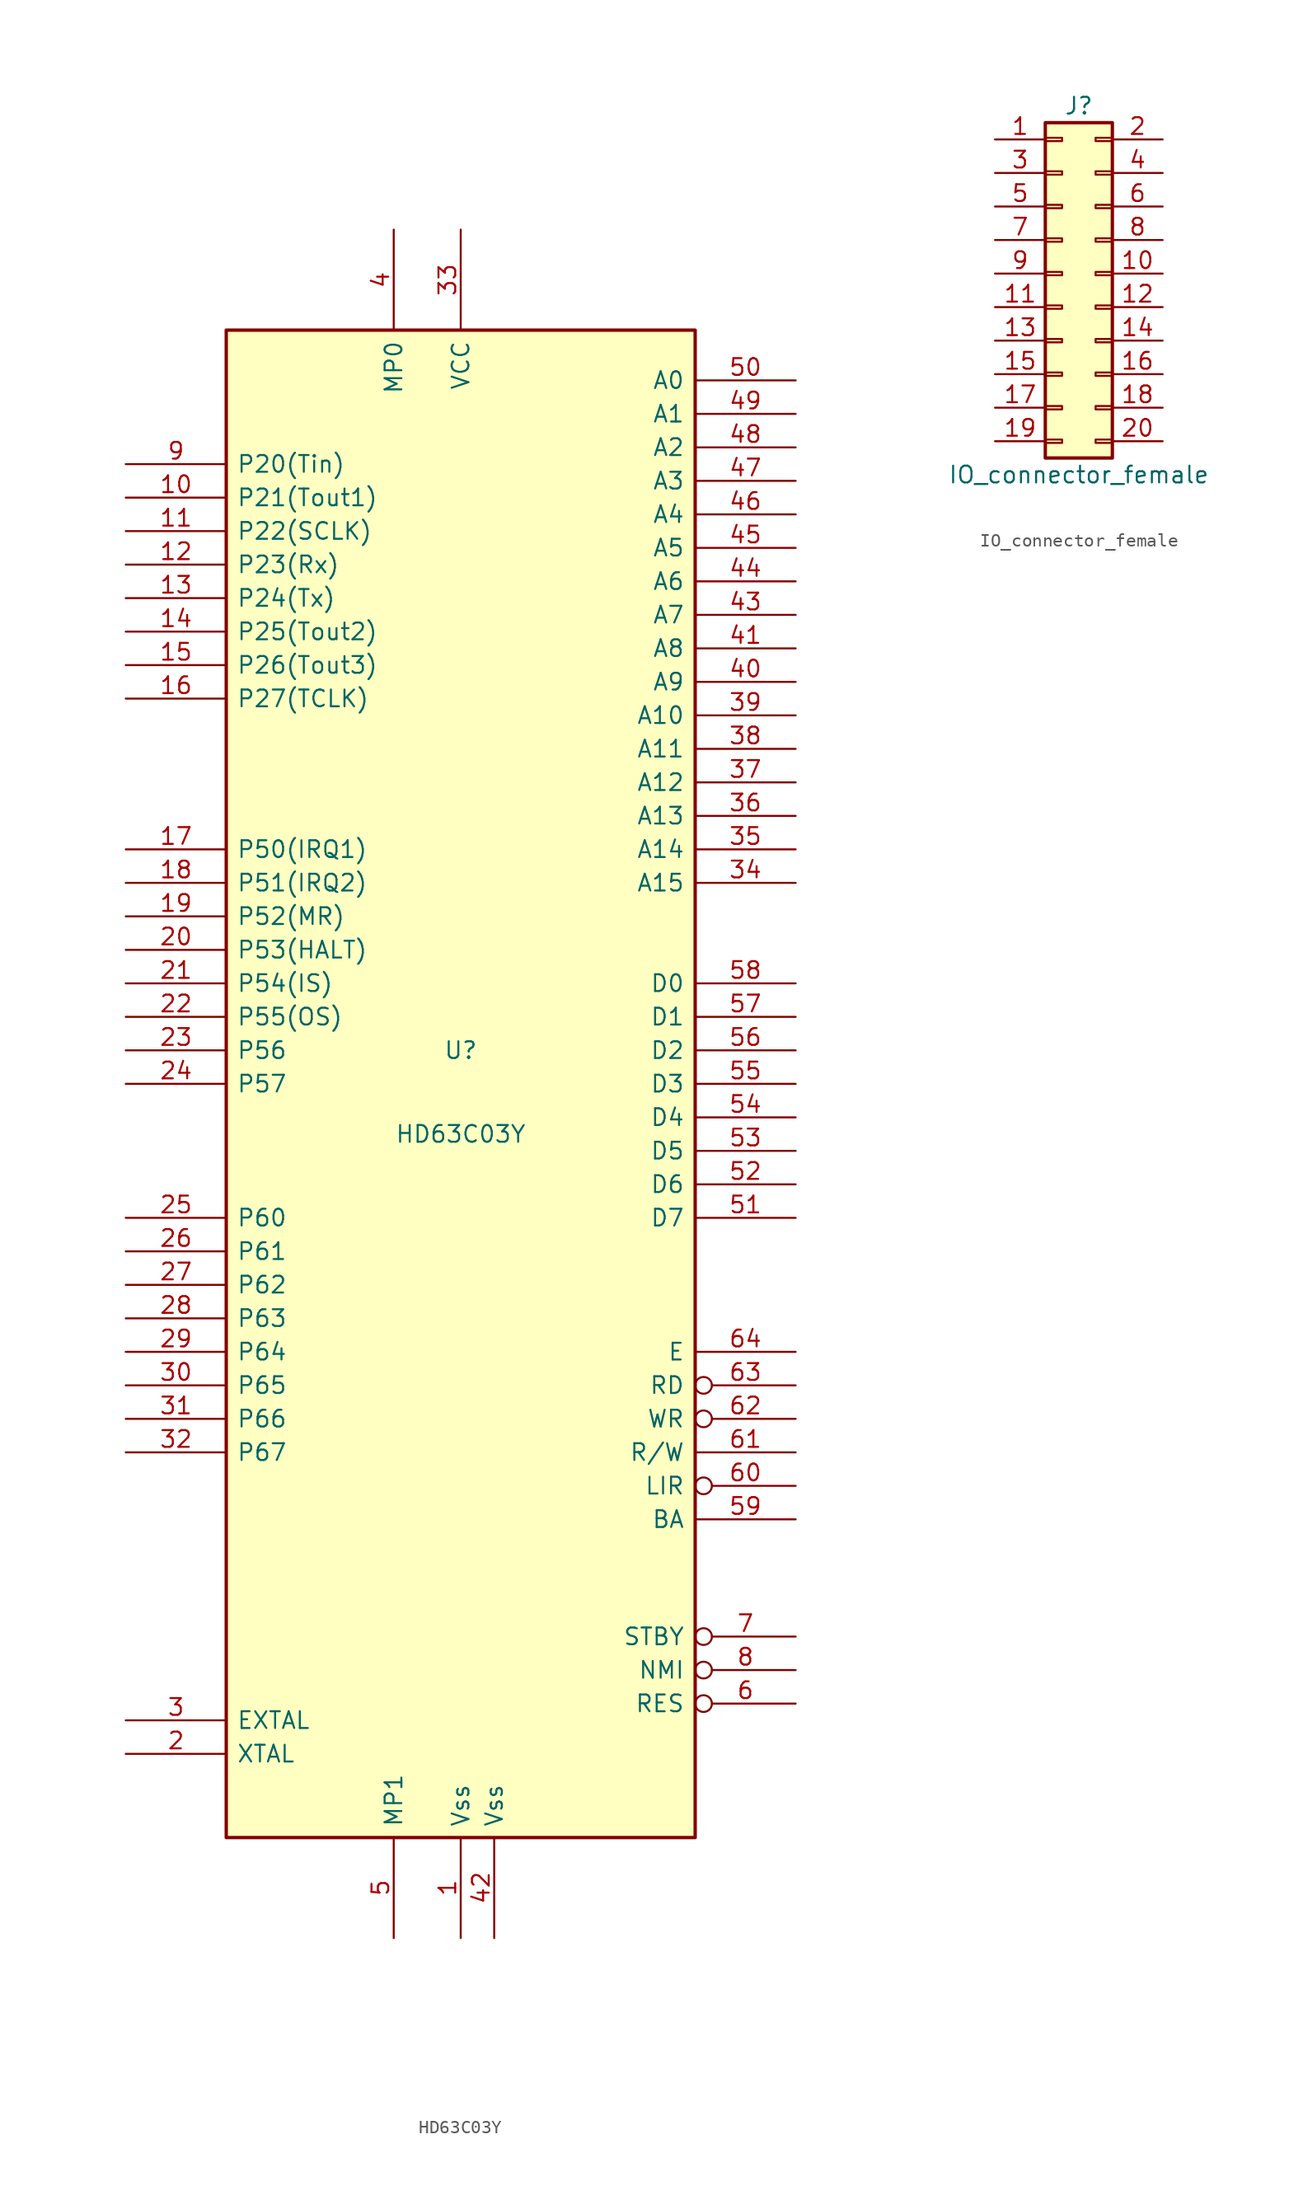
<source format=kicad_sym>
(kicad_symbol_lib
  (version 20211014)
  (generator kicad_symbol_editor)
  (symbol "HD63C03Y"
    (pin_names
      (offset 0.762))
    (property "Reference" "U"
      (at 0 2.54 0)
      (effects (font (size 1.27 1.27))))
    (property "Value" "HD63C03Y"
      (at 0 -3.81 0)
      (effects (font (size 1.27 1.27))))
    (symbol "HD63C03Y_0_1"
      (rectangle (start -17.78 57.15) (end 17.78 -57.15) (stroke (width 0.254) (type default) (color 0 0 0 0)) (fill (type background))))
    (symbol "HD63C03Y_1_1"
      (pin power_in line (at 0 -64.77 90) (length 7.62) (name "Vss" (effects (font (size 1.27 1.27)))) (number "1" (effects (font (size 1.27 1.27)))))
      (pin bidirectional line (at -25.4 44.45 0) (length 7.62) (name "P21(Tout1)" (effects (font (size 1.27 1.27)))) (number "10" (effects (font (size 1.27 1.27)))))
      (pin bidirectional line (at -25.4 41.91 0) (length 7.62) (name "P22(SCLK)" (effects (font (size 1.27 1.27)))) (number "11" (effects (font (size 1.27 1.27)))))
      (pin bidirectional line (at -25.4 39.37 0) (length 7.62) (name "P23(Rx)" (effects (font (size 1.27 1.27)))) (number "12" (effects (font (size 1.27 1.27)))))
      (pin bidirectional line (at -25.4 36.83 0) (length 7.62) (name "P24(Tx)" (effects (font (size 1.27 1.27)))) (number "13" (effects (font (size 1.27 1.27)))))
      (pin bidirectional line (at -25.4 34.29 0) (length 7.62) (name "P25(Tout2)" (effects (font (size 1.27 1.27)))) (number "14" (effects (font (size 1.27 1.27)))))
      (pin bidirectional line (at -25.4 31.75 0) (length 7.62) (name "P26(Tout3)" (effects (font (size 1.27 1.27)))) (number "15" (effects (font (size 1.27 1.27)))))
      (pin bidirectional line (at -25.4 29.21 0) (length 7.62) (name "P27(TCLK)" (effects (font (size 1.27 1.27)))) (number "16" (effects (font (size 1.27 1.27)))))
      (pin bidirectional line (at -25.4 17.78 0) (length 7.62) (name "P50(IRQ1)" (effects (font (size 1.27 1.27)))) (number "17" (effects (font (size 1.27 1.27)))))
      (pin bidirectional line (at -25.4 15.24 0) (length 7.62) (name "P51(IRQ2)" (effects (font (size 1.27 1.27)))) (number "18" (effects (font (size 1.27 1.27)))))
      (pin bidirectional line (at -25.4 12.7 0) (length 7.62) (name "P52(MR)" (effects (font (size 1.27 1.27)))) (number "19" (effects (font (size 1.27 1.27)))))
      (pin bidirectional line (at -25.4 -50.8 0) (length 7.62) (name "XTAL" (effects (font (size 1.27 1.27)))) (number "2" (effects (font (size 1.27 1.27)))))
      (pin bidirectional line (at -25.4 10.16 0) (length 7.62) (name "P53(HALT)" (effects (font (size 1.27 1.27)))) (number "20" (effects (font (size 1.27 1.27)))))
      (pin bidirectional line (at -25.4 7.62 0) (length 7.62) (name "P54(IS)" (effects (font (size 1.27 1.27)))) (number "21" (effects (font (size 1.27 1.27)))))
      (pin bidirectional line (at -25.4 5.08 0) (length 7.62) (name "P55(OS)" (effects (font (size 1.27 1.27)))) (number "22" (effects (font (size 1.27 1.27)))))
      (pin bidirectional line (at -25.4 2.54 0) (length 7.62) (name "P56" (effects (font (size 1.27 1.27)))) (number "23" (effects (font (size 1.27 1.27)))))
      (pin bidirectional line (at -25.4 0 0) (length 7.62) (name "P57" (effects (font (size 1.27 1.27)))) (number "24" (effects (font (size 1.27 1.27)))))
      (pin bidirectional line (at -25.4 -10.16 0) (length 7.62) (name "P60" (effects (font (size 1.27 1.27)))) (number "25" (effects (font (size 1.27 1.27)))))
      (pin bidirectional line (at -25.4 -12.7 0) (length 7.62) (name "P61" (effects (font (size 1.27 1.27)))) (number "26" (effects (font (size 1.27 1.27)))))
      (pin bidirectional line (at -25.4 -15.24 0) (length 7.62) (name "P62" (effects (font (size 1.27 1.27)))) (number "27" (effects (font (size 1.27 1.27)))))
      (pin bidirectional line (at -25.4 -17.78 0) (length 7.62) (name "P63" (effects (font (size 1.27 1.27)))) (number "28" (effects (font (size 1.27 1.27)))))
      (pin bidirectional line (at -25.4 -20.32 0) (length 7.62) (name "P64" (effects (font (size 1.27 1.27)))) (number "29" (effects (font (size 1.27 1.27)))))
      (pin bidirectional line (at -25.4 -48.26 0) (length 7.62) (name "EXTAL" (effects (font (size 1.27 1.27)))) (number "3" (effects (font (size 1.27 1.27)))))
      (pin bidirectional line (at -25.4 -22.86 0) (length 7.62) (name "P65" (effects (font (size 1.27 1.27)))) (number "30" (effects (font (size 1.27 1.27)))))
      (pin bidirectional line (at -25.4 -25.4 0) (length 7.62) (name "P66" (effects (font (size 1.27 1.27)))) (number "31" (effects (font (size 1.27 1.27)))))
      (pin bidirectional line (at -25.4 -27.94 0) (length 7.62) (name "P67" (effects (font (size 1.27 1.27)))) (number "32" (effects (font (size 1.27 1.27)))))
      (pin power_in line (at 0 64.77 270) (length 7.62) (name "VCC" (effects (font (size 1.27 1.27)))) (number "33" (effects (font (size 1.27 1.27)))))
      (pin output line (at 25.4 15.24 180) (length 7.62) (name "A15" (effects (font (size 1.27 1.27)))) (number "34" (effects (font (size 1.27 1.27)))))
      (pin output line (at 25.4 17.78 180) (length 7.62) (name "A14" (effects (font (size 1.27 1.27)))) (number "35" (effects (font (size 1.27 1.27)))))
      (pin output line (at 25.4 20.32 180) (length 7.62) (name "A13" (effects (font (size 1.27 1.27)))) (number "36" (effects (font (size 1.27 1.27)))))
      (pin output line (at 25.4 22.86 180) (length 7.62) (name "A12" (effects (font (size 1.27 1.27)))) (number "37" (effects (font (size 1.27 1.27)))))
      (pin output line (at 25.4 25.4 180) (length 7.62) (name "A11" (effects (font (size 1.27 1.27)))) (number "38" (effects (font (size 1.27 1.27)))))
      (pin output line (at 25.4 27.94 180) (length 7.62) (name "A10" (effects (font (size 1.27 1.27)))) (number "39" (effects (font (size 1.27 1.27)))))
      (pin input line (at -5.08 64.77 270) (length 7.62) (name "MP0" (effects (font (size 1.27 1.27)))) (number "4" (effects (font (size 1.27 1.27)))))
      (pin output line (at 25.4 30.48 180) (length 7.62) (name "A9" (effects (font (size 1.27 1.27)))) (number "40" (effects (font (size 1.27 1.27)))))
      (pin output line (at 25.4 33.02 180) (length 7.62) (name "A8" (effects (font (size 1.27 1.27)))) (number "41" (effects (font (size 1.27 1.27)))))
      (pin power_in line (at 2.54 -64.77 90) (length 7.62) (name "Vss" (effects (font (size 1.27 1.27)))) (number "42" (effects (font (size 1.27 1.27)))))
      (pin output line (at 25.4 35.56 180) (length 7.62) (name "A7" (effects (font (size 1.27 1.27)))) (number "43" (effects (font (size 1.27 1.27)))))
      (pin output line (at 25.4 38.1 180) (length 7.62) (name "A6" (effects (font (size 1.27 1.27)))) (number "44" (effects (font (size 1.27 1.27)))))
      (pin output line (at 25.4 40.64 180) (length 7.62) (name "A5" (effects (font (size 1.27 1.27)))) (number "45" (effects (font (size 1.27 1.27)))))
      (pin output line (at 25.4 43.18 180) (length 7.62) (name "A4" (effects (font (size 1.27 1.27)))) (number "46" (effects (font (size 1.27 1.27)))))
      (pin output line (at 25.4 45.72 180) (length 7.62) (name "A3" (effects (font (size 1.27 1.27)))) (number "47" (effects (font (size 1.27 1.27)))))
      (pin output line (at 25.4 48.26 180) (length 7.62) (name "A2" (effects (font (size 1.27 1.27)))) (number "48" (effects (font (size 1.27 1.27)))))
      (pin output line (at 25.4 50.8 180) (length 7.62) (name "A1" (effects (font (size 1.27 1.27)))) (number "49" (effects (font (size 1.27 1.27)))))
      (pin input line (at -5.08 -64.77 90) (length 7.62) (name "MP1" (effects (font (size 1.27 1.27)))) (number "5" (effects (font (size 1.27 1.27)))))
      (pin output line (at 25.4 53.34 180) (length 7.62) (name "A0" (effects (font (size 1.27 1.27)))) (number "50" (effects (font (size 1.27 1.27)))))
      (pin bidirectional line (at 25.4 -10.16 180) (length 7.62) (name "D7" (effects (font (size 1.27 1.27)))) (number "51" (effects (font (size 1.27 1.27)))))
      (pin bidirectional line (at 25.4 -7.62 180) (length 7.62) (name "D6" (effects (font (size 1.27 1.27)))) (number "52" (effects (font (size 1.27 1.27)))))
      (pin bidirectional line (at 25.4 -5.08 180) (length 7.62) (name "D5" (effects (font (size 1.27 1.27)))) (number "53" (effects (font (size 1.27 1.27)))))
      (pin bidirectional line (at 25.4 -2.54 180) (length 7.62) (name "D4" (effects (font (size 1.27 1.27)))) (number "54" (effects (font (size 1.27 1.27)))))
      (pin bidirectional line (at 25.4 0 180) (length 7.62) (name "D3" (effects (font (size 1.27 1.27)))) (number "55" (effects (font (size 1.27 1.27)))))
      (pin bidirectional line (at 25.4 2.54 180) (length 7.62) (name "D2" (effects (font (size 1.27 1.27)))) (number "56" (effects (font (size 1.27 1.27)))))
      (pin bidirectional line (at 25.4 5.08 180) (length 7.62) (name "D1" (effects (font (size 1.27 1.27)))) (number "57" (effects (font (size 1.27 1.27)))))
      (pin bidirectional line (at 25.4 7.62 180) (length 7.62) (name "D0" (effects (font (size 1.27 1.27)))) (number "58" (effects (font (size 1.27 1.27)))))
      (pin output line (at 25.4 -33.02 180) (length 7.62) (name "BA" (effects (font (size 1.27 1.27)))) (number "59" (effects (font (size 1.27 1.27)))))
      (pin input inverted (at 25.4 -46.99 180) (length 7.62) (name "RES" (effects (font (size 1.27 1.27)))) (number "6" (effects (font (size 1.27 1.27)))))
      (pin output inverted (at 25.4 -30.48 180) (length 7.62) (name "LIR" (effects (font (size 1.27 1.27)))) (number "60" (effects (font (size 1.27 1.27)))))
      (pin output line (at 25.4 -27.94 180) (length 7.62) (name "R/W" (effects (font (size 1.27 1.27)))) (number "61" (effects (font (size 1.27 1.27)))))
      (pin output inverted (at 25.4 -25.4 180) (length 7.62) (name "WR" (effects (font (size 1.27 1.27)))) (number "62" (effects (font (size 1.27 1.27)))))
      (pin output inverted (at 25.4 -22.86 180) (length 7.62) (name "RD" (effects (font (size 1.27 1.27)))) (number "63" (effects (font (size 1.27 1.27)))))
      (pin output line (at 25.4 -20.32 180) (length 7.62) (name "E" (effects (font (size 1.27 1.27)))) (number "64" (effects (font (size 1.27 1.27)))))
      (pin input inverted (at 25.4 -41.91 180) (length 7.62) (name "STBY" (effects (font (size 1.27 1.27)))) (number "7" (effects (font (size 1.27 1.27)))))
      (pin input inverted (at 25.4 -44.45 180) (length 7.62) (name "NMI" (effects (font (size 1.27 1.27)))) (number "8" (effects (font (size 1.27 1.27)))))
      (pin bidirectional line (at -25.4 46.99 0) (length 7.62) (name "P20(Tin)" (effects (font (size 1.27 1.27)))) (number "9" (effects (font (size 1.27 1.27)))))))
  (symbol "IO_connector_female"
    (pin_names
      (offset 1.016) hide)
    (property "Reference" "J"
      (at 1.27 12.7 0)
      (effects (font (size 1.27 1.27))))
    (property "Value" "IO_connector_female"
      (at 1.27 -15.24 0)
      (effects (font (size 1.27 1.27))))
    (symbol "IO_connector_female_1_1"
      (rectangle (start -1.27 -12.573) (end 0 -12.827) (stroke (width 0.152) (type default) (color 0 0 0 0)) (fill (type none)))
      (rectangle (start -1.27 -10.033) (end 0 -10.287) (stroke (width 0.152) (type default) (color 0 0 0 0)) (fill (type none)))
      (rectangle (start -1.27 -7.493) (end 0 -7.747) (stroke (width 0.152) (type default) (color 0 0 0 0)) (fill (type none)))
      (rectangle (start -1.27 -4.953) (end 0 -5.207) (stroke (width 0.152) (type default) (color 0 0 0 0)) (fill (type none)))
      (rectangle (start -1.27 -2.413) (end 0 -2.667) (stroke (width 0.152) (type default) (color 0 0 0 0)) (fill (type none)))
      (rectangle (start -1.27 0.127) (end 0 -0.127) (stroke (width 0.152) (type default) (color 0 0 0 0)) (fill (type none)))
      (rectangle (start -1.27 2.667) (end 0 2.413) (stroke (width 0.152) (type default) (color 0 0 0 0)) (fill (type none)))
      (rectangle (start -1.27 5.207) (end 0 4.953) (stroke (width 0.152) (type default) (color 0 0 0 0)) (fill (type none)))
      (rectangle (start -1.27 7.747) (end 0 7.493) (stroke (width 0.152) (type default) (color 0 0 0 0)) (fill (type none)))
      (rectangle (start -1.27 10.287) (end 0 10.033) (stroke (width 0.152) (type default) (color 0 0 0 0)) (fill (type none)))
      (rectangle (start -1.27 11.43) (end 3.81 -13.97) (stroke (width 0.254) (type default) (color 0 0 0 0)) (fill (type background)))
      (rectangle (start 3.81 -12.573) (end 2.54 -12.827) (stroke (width 0.152) (type default) (color 0 0 0 0)) (fill (type none)))
      (rectangle (start 3.81 -10.033) (end 2.54 -10.287) (stroke (width 0.152) (type default) (color 0 0 0 0)) (fill (type none)))
      (rectangle (start 3.81 -7.493) (end 2.54 -7.747) (stroke (width 0.152) (type default) (color 0 0 0 0)) (fill (type none)))
      (rectangle (start 3.81 -4.953) (end 2.54 -5.207) (stroke (width 0.152) (type default) (color 0 0 0 0)) (fill (type none)))
      (rectangle (start 3.81 -2.413) (end 2.54 -2.667) (stroke (width 0.152) (type default) (color 0 0 0 0)) (fill (type none)))
      (rectangle (start 3.81 0.127) (end 2.54 -0.127) (stroke (width 0.152) (type default) (color 0 0 0 0)) (fill (type none)))
      (rectangle (start 3.81 2.667) (end 2.54 2.413) (stroke (width 0.152) (type default) (color 0 0 0 0)) (fill (type none)))
      (rectangle (start 3.81 5.207) (end 2.54 4.953) (stroke (width 0.152) (type default) (color 0 0 0 0)) (fill (type none)))
      (rectangle (start 3.81 7.747) (end 2.54 7.493) (stroke (width 0.152) (type default) (color 0 0 0 0)) (fill (type none)))
      (rectangle (start 3.81 10.287) (end 2.54 10.033) (stroke (width 0.152) (type default) (color 0 0 0 0)) (fill (type none)))
      (pin passive line (at -5.08 10.16 0) (length 3.81) (name "Pin_1" (effects (font (size 1.27 1.27)))) (number "1" (effects (font (size 1.27 1.27)))))
      (pin passive line (at 7.62 0 180) (length 3.81) (name "Pin_10" (effects (font (size 1.27 1.27)))) (number "10" (effects (font (size 1.27 1.27)))))
      (pin passive line (at -5.08 -2.54 0) (length 3.81) (name "Pin_11" (effects (font (size 1.27 1.27)))) (number "11" (effects (font (size 1.27 1.27)))))
      (pin passive line (at 7.62 -2.54 180) (length 3.81) (name "Pin_12" (effects (font (size 1.27 1.27)))) (number "12" (effects (font (size 1.27 1.27)))))
      (pin passive line (at -5.08 -5.08 0) (length 3.81) (name "Pin_13" (effects (font (size 1.27 1.27)))) (number "13" (effects (font (size 1.27 1.27)))))
      (pin passive line (at 7.62 -5.08 180) (length 3.81) (name "Pin_14" (effects (font (size 1.27 1.27)))) (number "14" (effects (font (size 1.27 1.27)))))
      (pin passive line (at -5.08 -7.62 0) (length 3.81) (name "Pin_15" (effects (font (size 1.27 1.27)))) (number "15" (effects (font (size 1.27 1.27)))))
      (pin passive line (at 7.62 -7.62 180) (length 3.81) (name "Pin_16" (effects (font (size 1.27 1.27)))) (number "16" (effects (font (size 1.27 1.27)))))
      (pin passive line (at -5.08 -10.16 0) (length 3.81) (name "Pin_17" (effects (font (size 1.27 1.27)))) (number "17" (effects (font (size 1.27 1.27)))))
      (pin passive line (at 7.62 -10.16 180) (length 3.81) (name "Pin_18" (effects (font (size 1.27 1.27)))) (number "18" (effects (font (size 1.27 1.27)))))
      (pin passive line (at -5.08 -12.7 0) (length 3.81) (name "Pin_19" (effects (font (size 1.27 1.27)))) (number "19" (effects (font (size 1.27 1.27)))))
      (pin passive line (at 7.62 10.16 180) (length 3.81) (name "Pin_2" (effects (font (size 1.27 1.27)))) (number "2" (effects (font (size 1.27 1.27)))))
      (pin passive line (at 7.62 -12.7 180) (length 3.81) (name "Pin_20" (effects (font (size 1.27 1.27)))) (number "20" (effects (font (size 1.27 1.27)))))
      (pin passive line (at -5.08 7.62 0) (length 3.81) (name "Pin_3" (effects (font (size 1.27 1.27)))) (number "3" (effects (font (size 1.27 1.27)))))
      (pin passive line (at 7.62 7.62 180) (length 3.81) (name "Pin_4" (effects (font (size 1.27 1.27)))) (number "4" (effects (font (size 1.27 1.27)))))
      (pin passive line (at -5.08 5.08 0) (length 3.81) (name "Pin_5" (effects (font (size 1.27 1.27)))) (number "5" (effects (font (size 1.27 1.27)))))
      (pin passive line (at 7.62 5.08 180) (length 3.81) (name "Pin_6" (effects (font (size 1.27 1.27)))) (number "6" (effects (font (size 1.27 1.27)))))
      (pin passive line (at -5.08 2.54 0) (length 3.81) (name "Pin_7" (effects (font (size 1.27 1.27)))) (number "7" (effects (font (size 1.27 1.27)))))
      (pin passive line (at 7.62 2.54 180) (length 3.81) (name "Pin_8" (effects (font (size 1.27 1.27)))) (number "8" (effects (font (size 1.27 1.27)))))
      (pin passive line (at -5.08 0 0) (length 3.81) (name "Pin_9" (effects (font (size 1.27 1.27)))) (number "9" (effects (font (size 1.27 1.27))))))))
</source>
